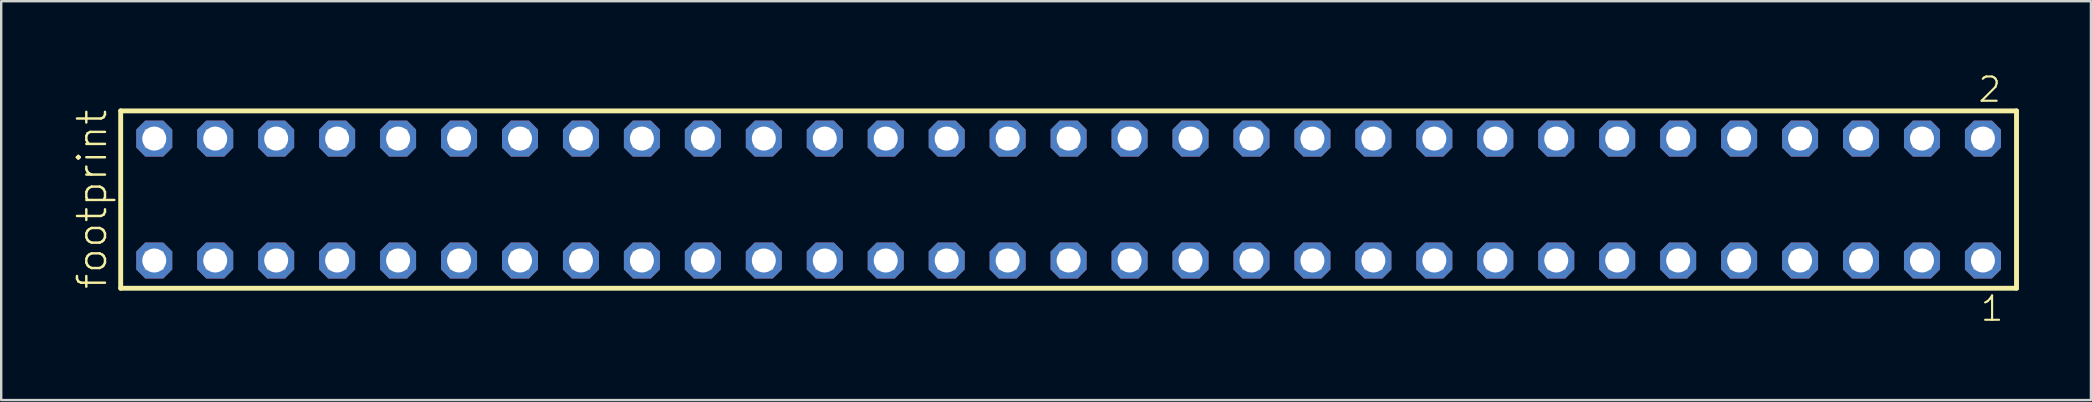
<source format=kicad_pcb>
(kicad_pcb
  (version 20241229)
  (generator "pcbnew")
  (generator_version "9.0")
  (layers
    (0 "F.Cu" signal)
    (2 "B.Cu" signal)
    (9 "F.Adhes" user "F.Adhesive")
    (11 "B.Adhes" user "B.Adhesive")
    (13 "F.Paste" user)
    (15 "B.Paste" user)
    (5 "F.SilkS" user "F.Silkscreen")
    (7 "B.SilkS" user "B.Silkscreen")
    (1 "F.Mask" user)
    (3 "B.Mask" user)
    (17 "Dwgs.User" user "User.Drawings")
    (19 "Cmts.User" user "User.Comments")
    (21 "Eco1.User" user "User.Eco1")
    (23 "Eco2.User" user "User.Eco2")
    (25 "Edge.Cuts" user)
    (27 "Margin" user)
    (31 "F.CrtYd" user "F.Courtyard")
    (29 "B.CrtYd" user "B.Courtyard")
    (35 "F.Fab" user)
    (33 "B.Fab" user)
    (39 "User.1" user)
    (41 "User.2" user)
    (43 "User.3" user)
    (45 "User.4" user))
  (footprint "footprint"
    (layer "F.Cu")
    (at 41.478 5.265)
    (property "Reference" "footprint" (at -40.005 3.81 90) (layer "F.SilkS") (effects (font (size 1.168 1.168) (thickness 0.102)) (justify left bottom)))
    (fp_line (start -39.499 -3.695) (end 39.499 -3.695) (stroke (width 0.203) (type solid)) (layer "F.SilkS"))
    (fp_line (start -39.499 3.695) (end -39.499 -3.695) (stroke (width 0.203) (type solid)) (layer "F.SilkS"))
    (fp_line (start 39.499 -3.695) (end 39.499 3.695) (stroke (width 0.203) (type solid)) (layer "F.SilkS"))
    (fp_line (start 39.499 3.695) (end -39.499 3.695) (stroke (width 0.203) (type solid)) (layer "F.SilkS"))
    (fp_poly (pts (xy -38.45 -2.19) (xy -37.75 -2.19) (xy -37.75 -2.89) (xy -38.45 -2.89)) (stroke (width 0.1) (type solid)) (fill no) (layer "F.Fab"))
    (fp_poly (pts (xy -38.45 2.89) (xy -37.75 2.89) (xy -37.75 2.19) (xy -38.45 2.19)) (stroke (width 0.1) (type solid)) (fill no) (layer "F.Fab"))
    (fp_poly (pts (xy -35.91 -2.19) (xy -35.21 -2.19) (xy -35.21 -2.89) (xy -35.91 -2.89)) (stroke (width 0.1) (type solid)) (fill no) (layer "F.Fab"))
    (fp_poly (pts (xy -35.91 2.89) (xy -35.21 2.89) (xy -35.21 2.19) (xy -35.91 2.19)) (stroke (width 0.1) (type solid)) (fill no) (layer "F.Fab"))
    (fp_poly (pts (xy -33.37 -2.19) (xy -32.67 -2.19) (xy -32.67 -2.89) (xy -33.37 -2.89)) (stroke (width 0.1) (type solid)) (fill no) (layer "F.Fab"))
    (fp_poly (pts (xy -33.37 2.89) (xy -32.67 2.89) (xy -32.67 2.19) (xy -33.37 2.19)) (stroke (width 0.1) (type solid)) (fill no) (layer "F.Fab"))
    (fp_poly (pts (xy -30.83 -2.19) (xy -30.13 -2.19) (xy -30.13 -2.89) (xy -30.83 -2.89)) (stroke (width 0.1) (type solid)) (fill no) (layer "F.Fab"))
    (fp_poly (pts (xy -30.83 2.89) (xy -30.13 2.89) (xy -30.13 2.19) (xy -30.83 2.19)) (stroke (width 0.1) (type solid)) (fill no) (layer "F.Fab"))
    (fp_poly (pts (xy -28.29 -2.19) (xy -27.59 -2.19) (xy -27.59 -2.89) (xy -28.29 -2.89)) (stroke (width 0.1) (type solid)) (fill no) (layer "F.Fab"))
    (fp_poly (pts (xy -28.29 2.89) (xy -27.59 2.89) (xy -27.59 2.19) (xy -28.29 2.19)) (stroke (width 0.1) (type solid)) (fill no) (layer "F.Fab"))
    (fp_poly (pts (xy -25.75 -2.19) (xy -25.05 -2.19) (xy -25.05 -2.89) (xy -25.75 -2.89)) (stroke (width 0.1) (type solid)) (fill no) (layer "F.Fab"))
    (fp_poly (pts (xy -25.75 2.89) (xy -25.05 2.89) (xy -25.05 2.19) (xy -25.75 2.19)) (stroke (width 0.1) (type solid)) (fill no) (layer "F.Fab"))
    (fp_poly (pts (xy -23.21 -2.19) (xy -22.51 -2.19) (xy -22.51 -2.89) (xy -23.21 -2.89)) (stroke (width 0.1) (type solid)) (fill no) (layer "F.Fab"))
    (fp_poly (pts (xy -23.21 2.89) (xy -22.51 2.89) (xy -22.51 2.19) (xy -23.21 2.19)) (stroke (width 0.1) (type solid)) (fill no) (layer "F.Fab"))
    (fp_poly (pts (xy -20.67 -2.19) (xy -19.97 -2.19) (xy -19.97 -2.89) (xy -20.67 -2.89)) (stroke (width 0.1) (type solid)) (fill no) (layer "F.Fab"))
    (fp_poly (pts (xy -20.67 2.89) (xy -19.97 2.89) (xy -19.97 2.19) (xy -20.67 2.19)) (stroke (width 0.1) (type solid)) (fill no) (layer "F.Fab"))
    (fp_poly (pts (xy -18.13 -2.19) (xy -17.43 -2.19) (xy -17.43 -2.89) (xy -18.13 -2.89)) (stroke (width 0.1) (type solid)) (fill no) (layer "F.Fab"))
    (fp_poly (pts (xy -18.13 2.89) (xy -17.43 2.89) (xy -17.43 2.19) (xy -18.13 2.19)) (stroke (width 0.1) (type solid)) (fill no) (layer "F.Fab"))
    (fp_poly (pts (xy -15.59 -2.19) (xy -14.89 -2.19) (xy -14.89 -2.89) (xy -15.59 -2.89)) (stroke (width 0.1) (type solid)) (fill no) (layer "F.Fab"))
    (fp_poly (pts (xy -15.59 2.89) (xy -14.89 2.89) (xy -14.89 2.19) (xy -15.59 2.19)) (stroke (width 0.1) (type solid)) (fill no) (layer "F.Fab"))
    (fp_poly (pts (xy -13.05 -2.19) (xy -12.35 -2.19) (xy -12.35 -2.89) (xy -13.05 -2.89)) (stroke (width 0.1) (type solid)) (fill no) (layer "F.Fab"))
    (fp_poly (pts (xy -13.05 2.89) (xy -12.35 2.89) (xy -12.35 2.19) (xy -13.05 2.19)) (stroke (width 0.1) (type solid)) (fill no) (layer "F.Fab"))
    (fp_poly (pts (xy -10.51 -2.19) (xy -9.81 -2.19) (xy -9.81 -2.89) (xy -10.51 -2.89)) (stroke (width 0.1) (type solid)) (fill no) (layer "F.Fab"))
    (fp_poly (pts (xy -10.51 2.89) (xy -9.81 2.89) (xy -9.81 2.19) (xy -10.51 2.19)) (stroke (width 0.1) (type solid)) (fill no) (layer "F.Fab"))
    (fp_poly (pts (xy -7.97 -2.19) (xy -7.27 -2.19) (xy -7.27 -2.89) (xy -7.97 -2.89)) (stroke (width 0.1) (type solid)) (fill no) (layer "F.Fab"))
    (fp_poly (pts (xy -7.97 2.89) (xy -7.27 2.89) (xy -7.27 2.19) (xy -7.97 2.19)) (stroke (width 0.1) (type solid)) (fill no) (layer "F.Fab"))
    (fp_poly (pts (xy -5.43 -2.19) (xy -4.73 -2.19) (xy -4.73 -2.89) (xy -5.43 -2.89)) (stroke (width 0.1) (type solid)) (fill no) (layer "F.Fab"))
    (fp_poly (pts (xy -5.43 2.89) (xy -4.73 2.89) (xy -4.73 2.19) (xy -5.43 2.19)) (stroke (width 0.1) (type solid)) (fill no) (layer "F.Fab"))
    (fp_poly (pts (xy -2.89 -2.19) (xy -2.19 -2.19) (xy -2.19 -2.89) (xy -2.89 -2.89)) (stroke (width 0.1) (type solid)) (fill no) (layer "F.Fab"))
    (fp_poly (pts (xy -2.89 2.89) (xy -2.19 2.89) (xy -2.19 2.19) (xy -2.89 2.19)) (stroke (width 0.1) (type solid)) (fill no) (layer "F.Fab"))
    (fp_poly (pts (xy -0.35 -2.19) (xy 0.35 -2.19) (xy 0.35 -2.89) (xy -0.35 -2.89)) (stroke (width 0.1) (type solid)) (fill no) (layer "F.Fab"))
    (fp_poly (pts (xy -0.35 2.89) (xy 0.35 2.89) (xy 0.35 2.19) (xy -0.35 2.19)) (stroke (width 0.1) (type solid)) (fill no) (layer "F.Fab"))
    (fp_poly (pts (xy 2.19 -2.19) (xy 2.89 -2.19) (xy 2.89 -2.89) (xy 2.19 -2.89)) (stroke (width 0.1) (type solid)) (fill no) (layer "F.Fab"))
    (fp_poly (pts (xy 2.19 2.89) (xy 2.89 2.89) (xy 2.89 2.19) (xy 2.19 2.19)) (stroke (width 0.1) (type solid)) (fill no) (layer "F.Fab"))
    (fp_poly (pts (xy 4.73 -2.19) (xy 5.43 -2.19) (xy 5.43 -2.89) (xy 4.73 -2.89)) (stroke (width 0.1) (type solid)) (fill no) (layer "F.Fab"))
    (fp_poly (pts (xy 4.73 2.89) (xy 5.43 2.89) (xy 5.43 2.19) (xy 4.73 2.19)) (stroke (width 0.1) (type solid)) (fill no) (layer "F.Fab"))
    (fp_poly (pts (xy 7.27 -2.19) (xy 7.97 -2.19) (xy 7.97 -2.89) (xy 7.27 -2.89)) (stroke (width 0.1) (type solid)) (fill no) (layer "F.Fab"))
    (fp_poly (pts (xy 7.27 2.89) (xy 7.97 2.89) (xy 7.97 2.19) (xy 7.27 2.19)) (stroke (width 0.1) (type solid)) (fill no) (layer "F.Fab"))
    (fp_poly (pts (xy 9.81 -2.19) (xy 10.51 -2.19) (xy 10.51 -2.89) (xy 9.81 -2.89)) (stroke (width 0.1) (type solid)) (fill no) (layer "F.Fab"))
    (fp_poly (pts (xy 9.81 2.89) (xy 10.51 2.89) (xy 10.51 2.19) (xy 9.81 2.19)) (stroke (width 0.1) (type solid)) (fill no) (layer "F.Fab"))
    (fp_poly (pts (xy 12.35 -2.19) (xy 13.05 -2.19) (xy 13.05 -2.89) (xy 12.35 -2.89)) (stroke (width 0.1) (type solid)) (fill no) (layer "F.Fab"))
    (fp_poly (pts (xy 12.35 2.89) (xy 13.05 2.89) (xy 13.05 2.19) (xy 12.35 2.19)) (stroke (width 0.1) (type solid)) (fill no) (layer "F.Fab"))
    (fp_poly (pts (xy 14.89 -2.19) (xy 15.59 -2.19) (xy 15.59 -2.89) (xy 14.89 -2.89)) (stroke (width 0.1) (type solid)) (fill no) (layer "F.Fab"))
    (fp_poly (pts (xy 14.89 2.89) (xy 15.59 2.89) (xy 15.59 2.19) (xy 14.89 2.19)) (stroke (width 0.1) (type solid)) (fill no) (layer "F.Fab"))
    (fp_poly (pts (xy 17.43 -2.19) (xy 18.13 -2.19) (xy 18.13 -2.89) (xy 17.43 -2.89)) (stroke (width 0.1) (type solid)) (fill no) (layer "F.Fab"))
    (fp_poly (pts (xy 17.43 2.89) (xy 18.13 2.89) (xy 18.13 2.19) (xy 17.43 2.19)) (stroke (width 0.1) (type solid)) (fill no) (layer "F.Fab"))
    (fp_poly (pts (xy 19.97 -2.19) (xy 20.67 -2.19) (xy 20.67 -2.89) (xy 19.97 -2.89)) (stroke (width 0.1) (type solid)) (fill no) (layer "F.Fab"))
    (fp_poly (pts (xy 19.97 2.89) (xy 20.67 2.89) (xy 20.67 2.19) (xy 19.97 2.19)) (stroke (width 0.1) (type solid)) (fill no) (layer "F.Fab"))
    (fp_poly (pts (xy 22.51 -2.19) (xy 23.21 -2.19) (xy 23.21 -2.89) (xy 22.51 -2.89)) (stroke (width 0.1) (type solid)) (fill no) (layer "F.Fab"))
    (fp_poly (pts (xy 22.51 2.89) (xy 23.21 2.89) (xy 23.21 2.19) (xy 22.51 2.19)) (stroke (width 0.1) (type solid)) (fill no) (layer "F.Fab"))
    (fp_poly (pts (xy 25.05 -2.19) (xy 25.75 -2.19) (xy 25.75 -2.89) (xy 25.05 -2.89)) (stroke (width 0.1) (type solid)) (fill no) (layer "F.Fab"))
    (fp_poly (pts (xy 25.05 2.89) (xy 25.75 2.89) (xy 25.75 2.19) (xy 25.05 2.19)) (stroke (width 0.1) (type solid)) (fill no) (layer "F.Fab"))
    (fp_poly (pts (xy 27.59 -2.19) (xy 28.29 -2.19) (xy 28.29 -2.89) (xy 27.59 -2.89)) (stroke (width 0.1) (type solid)) (fill no) (layer "F.Fab"))
    (fp_poly (pts (xy 27.59 2.89) (xy 28.29 2.89) (xy 28.29 2.19) (xy 27.59 2.19)) (stroke (width 0.1) (type solid)) (fill no) (layer "F.Fab"))
    (fp_poly (pts (xy 30.13 -2.19) (xy 30.83 -2.19) (xy 30.83 -2.89) (xy 30.13 -2.89)) (stroke (width 0.1) (type solid)) (fill no) (layer "F.Fab"))
    (fp_poly (pts (xy 30.13 2.89) (xy 30.83 2.89) (xy 30.83 2.19) (xy 30.13 2.19)) (stroke (width 0.1) (type solid)) (fill no) (layer "F.Fab"))
    (fp_poly (pts (xy 32.67 -2.19) (xy 33.37 -2.19) (xy 33.37 -2.89) (xy 32.67 -2.89)) (stroke (width 0.1) (type solid)) (fill no) (layer "F.Fab"))
    (fp_poly (pts (xy 32.67 2.89) (xy 33.37 2.89) (xy 33.37 2.19) (xy 32.67 2.19)) (stroke (width 0.1) (type solid)) (fill no) (layer "F.Fab"))
    (fp_poly (pts (xy 35.21 -2.19) (xy 35.91 -2.19) (xy 35.91 -2.89) (xy 35.21 -2.89)) (stroke (width 0.1) (type solid)) (fill no) (layer "F.Fab"))
    (fp_poly (pts (xy 35.21 2.89) (xy 35.91 2.89) (xy 35.91 2.19) (xy 35.21 2.19)) (stroke (width 0.1) (type solid)) (fill no) (layer "F.Fab"))
    (fp_poly (pts (xy 37.75 -2.19) (xy 38.45 -2.19) (xy 38.45 -2.89) (xy 37.75 -2.89)) (stroke (width 0.1) (type solid)) (fill no) (layer "F.Fab"))
    (fp_poly (pts (xy 37.75 2.89) (xy 38.45 2.89) (xy 38.45 2.19) (xy 37.75 2.19)) (stroke (width 0.1) (type solid)) (fill no) (layer "F.Fab"))
    (fp_text user "2" (at 37.842 -3.989 0) (layer "F.SilkS") (effects (font (size 1.012 1.012) (thickness 0.088)) (justify left bottom)))
    (fp_text user "1" (at 37.942 5.138 0) (layer "F.SilkS") (effects (font (size 1.012 1.012) (thickness 0.088)) (justify left bottom)))
    (pad "1" thru_hole roundrect (at 38.1 2.54 180) (size 1.5 1.5) (drill 1) (layers "*.Cu" "*.Mask") (roundrect_rratio 0.25) (chamfer_ratio 0.25) (chamfer top_left top_right bottom_left bottom_right))
    (pad "2" thru_hole roundrect (at 38.1 -2.54 180) (size 1.5 1.5) (drill 1) (layers "*.Cu" "*.Mask") (roundrect_rratio 0.25) (chamfer_ratio 0.25) (chamfer top_left top_right bottom_left bottom_right))
    (pad "3" thru_hole roundrect (at 35.56 2.54 180) (size 1.5 1.5) (drill 1) (layers "*.Cu" "*.Mask") (roundrect_rratio 0.25) (chamfer_ratio 0.25) (chamfer top_left top_right bottom_left bottom_right))
    (pad "4" thru_hole roundrect (at 35.56 -2.54 180) (size 1.5 1.5) (drill 1) (layers "*.Cu" "*.Mask") (roundrect_rratio 0.25) (chamfer_ratio 0.25) (chamfer top_left top_right bottom_left bottom_right))
    (pad "5" thru_hole roundrect (at 33.02 2.54 180) (size 1.5 1.5) (drill 1) (layers "*.Cu" "*.Mask") (roundrect_rratio 0.25) (chamfer_ratio 0.25) (chamfer top_left top_right bottom_left bottom_right))
    (pad "6" thru_hole roundrect (at 33.02 -2.54 180) (size 1.5 1.5) (drill 1) (layers "*.Cu" "*.Mask") (roundrect_rratio 0.25) (chamfer_ratio 0.25) (chamfer top_left top_right bottom_left bottom_right))
    (pad "7" thru_hole roundrect (at 30.48 2.54 180) (size 1.5 1.5) (drill 1) (layers "*.Cu" "*.Mask") (roundrect_rratio 0.25) (chamfer_ratio 0.25) (chamfer top_left top_right bottom_left bottom_right))
    (pad "8" thru_hole roundrect (at 30.48 -2.54 180) (size 1.5 1.5) (drill 1) (layers "*.Cu" "*.Mask") (roundrect_rratio 0.25) (chamfer_ratio 0.25) (chamfer top_left top_right bottom_left bottom_right))
    (pad "9" thru_hole roundrect (at 27.94 2.54 180) (size 1.5 1.5) (drill 1) (layers "*.Cu" "*.Mask") (roundrect_rratio 0.25) (chamfer_ratio 0.25) (chamfer top_left top_right bottom_left bottom_right))
    (pad "10" thru_hole roundrect (at 27.94 -2.54 180) (size 1.5 1.5) (drill 1) (layers "*.Cu" "*.Mask") (roundrect_rratio 0.25) (chamfer_ratio 0.25) (chamfer top_left top_right bottom_left bottom_right))
    (pad "11" thru_hole roundrect (at 25.4 2.54 180) (size 1.5 1.5) (drill 1) (layers "*.Cu" "*.Mask") (roundrect_rratio 0.25) (chamfer_ratio 0.25) (chamfer top_left top_right bottom_left bottom_right))
    (pad "12" thru_hole roundrect (at 25.4 -2.54 180) (size 1.5 1.5) (drill 1) (layers "*.Cu" "*.Mask") (roundrect_rratio 0.25) (chamfer_ratio 0.25) (chamfer top_left top_right bottom_left bottom_right))
    (pad "13" thru_hole roundrect (at 22.86 2.54 180) (size 1.5 1.5) (drill 1) (layers "*.Cu" "*.Mask") (roundrect_rratio 0.25) (chamfer_ratio 0.25) (chamfer top_left top_right bottom_left bottom_right))
    (pad "14" thru_hole roundrect (at 22.86 -2.54 180) (size 1.5 1.5) (drill 1) (layers "*.Cu" "*.Mask") (roundrect_rratio 0.25) (chamfer_ratio 0.25) (chamfer top_left top_right bottom_left bottom_right))
    (pad "15" thru_hole roundrect (at 20.32 2.54 180) (size 1.5 1.5) (drill 1) (layers "*.Cu" "*.Mask") (roundrect_rratio 0.25) (chamfer_ratio 0.25) (chamfer top_left top_right bottom_left bottom_right))
    (pad "16" thru_hole roundrect (at 20.32 -2.54 180) (size 1.5 1.5) (drill 1) (layers "*.Cu" "*.Mask") (roundrect_rratio 0.25) (chamfer_ratio 0.25) (chamfer top_left top_right bottom_left bottom_right))
    (pad "17" thru_hole roundrect (at 17.78 2.54 180) (size 1.5 1.5) (drill 1) (layers "*.Cu" "*.Mask") (roundrect_rratio 0.25) (chamfer_ratio 0.25) (chamfer top_left top_right bottom_left bottom_right))
    (pad "18" thru_hole roundrect (at 17.78 -2.54 180) (size 1.5 1.5) (drill 1) (layers "*.Cu" "*.Mask") (roundrect_rratio 0.25) (chamfer_ratio 0.25) (chamfer top_left top_right bottom_left bottom_right))
    (pad "19" thru_hole roundrect (at 15.24 2.54 180) (size 1.5 1.5) (drill 1) (layers "*.Cu" "*.Mask") (roundrect_rratio 0.25) (chamfer_ratio 0.25) (chamfer top_left top_right bottom_left bottom_right))
    (pad "20" thru_hole roundrect (at 15.24 -2.54 180) (size 1.5 1.5) (drill 1) (layers "*.Cu" "*.Mask") (roundrect_rratio 0.25) (chamfer_ratio 0.25) (chamfer top_left top_right bottom_left bottom_right))
    (pad "21" thru_hole roundrect (at 12.7 2.54 180) (size 1.5 1.5) (drill 1) (layers "*.Cu" "*.Mask") (roundrect_rratio 0.25) (chamfer_ratio 0.25) (chamfer top_left top_right bottom_left bottom_right))
    (pad "22" thru_hole roundrect (at 12.7 -2.54 180) (size 1.5 1.5) (drill 1) (layers "*.Cu" "*.Mask") (roundrect_rratio 0.25) (chamfer_ratio 0.25) (chamfer top_left top_right bottom_left bottom_right))
    (pad "23" thru_hole roundrect (at 10.16 2.54 180) (size 1.5 1.5) (drill 1) (layers "*.Cu" "*.Mask") (roundrect_rratio 0.25) (chamfer_ratio 0.25) (chamfer top_left top_right bottom_left bottom_right))
    (pad "24" thru_hole roundrect (at 10.16 -2.54 180) (size 1.5 1.5) (drill 1) (layers "*.Cu" "*.Mask") (roundrect_rratio 0.25) (chamfer_ratio 0.25) (chamfer top_left top_right bottom_left bottom_right))
    (pad "25" thru_hole roundrect (at 7.62 2.54 180) (size 1.5 1.5) (drill 1) (layers "*.Cu" "*.Mask") (roundrect_rratio 0.25) (chamfer_ratio 0.25) (chamfer top_left top_right bottom_left bottom_right))
    (pad "26" thru_hole roundrect (at 7.62 -2.54 180) (size 1.5 1.5) (drill 1) (layers "*.Cu" "*.Mask") (roundrect_rratio 0.25) (chamfer_ratio 0.25) (chamfer top_left top_right bottom_left bottom_right))
    (pad "27" thru_hole roundrect (at 5.08 2.54 180) (size 1.5 1.5) (drill 1) (layers "*.Cu" "*.Mask") (roundrect_rratio 0.25) (chamfer_ratio 0.25) (chamfer top_left top_right bottom_left bottom_right))
    (pad "28" thru_hole roundrect (at 5.08 -2.54 180) (size 1.5 1.5) (drill 1) (layers "*.Cu" "*.Mask") (roundrect_rratio 0.25) (chamfer_ratio 0.25) (chamfer top_left top_right bottom_left bottom_right))
    (pad "29" thru_hole roundrect (at 2.54 2.54 180) (size 1.5 1.5) (drill 1) (layers "*.Cu" "*.Mask") (roundrect_rratio 0.25) (chamfer_ratio 0.25) (chamfer top_left top_right bottom_left bottom_right))
    (pad "30" thru_hole roundrect (at 2.54 -2.54 180) (size 1.5 1.5) (drill 1) (layers "*.Cu" "*.Mask") (roundrect_rratio 0.25) (chamfer_ratio 0.25) (chamfer top_left top_right bottom_left bottom_right))
    (pad "31" thru_hole roundrect (at 0 2.54 180) (size 1.5 1.5) (drill 1) (layers "*.Cu" "*.Mask") (roundrect_rratio 0.25) (chamfer_ratio 0.25) (chamfer top_left top_right bottom_left bottom_right))
    (pad "32" thru_hole roundrect (at 0 -2.54 180) (size 1.5 1.5) (drill 1) (layers "*.Cu" "*.Mask") (roundrect_rratio 0.25) (chamfer_ratio 0.25) (chamfer top_left top_right bottom_left bottom_right))
    (pad "33" thru_hole roundrect (at -2.54 2.54 180) (size 1.5 1.5) (drill 1) (layers "*.Cu" "*.Mask") (roundrect_rratio 0.25) (chamfer_ratio 0.25) (chamfer top_left top_right bottom_left bottom_right))
    (pad "34" thru_hole roundrect (at -2.54 -2.54 180) (size 1.5 1.5) (drill 1) (layers "*.Cu" "*.Mask") (roundrect_rratio 0.25) (chamfer_ratio 0.25) (chamfer top_left top_right bottom_left bottom_right))
    (pad "35" thru_hole roundrect (at -5.08 2.54 180) (size 1.5 1.5) (drill 1) (layers "*.Cu" "*.Mask") (roundrect_rratio 0.25) (chamfer_ratio 0.25) (chamfer top_left top_right bottom_left bottom_right))
    (pad "36" thru_hole roundrect (at -5.08 -2.54 180) (size 1.5 1.5) (drill 1) (layers "*.Cu" "*.Mask") (roundrect_rratio 0.25) (chamfer_ratio 0.25) (chamfer top_left top_right bottom_left bottom_right))
    (pad "37" thru_hole roundrect (at -7.62 2.54 180) (size 1.5 1.5) (drill 1) (layers "*.Cu" "*.Mask") (roundrect_rratio 0.25) (chamfer_ratio 0.25) (chamfer top_left top_right bottom_left bottom_right))
    (pad "38" thru_hole roundrect (at -7.62 -2.54 180) (size 1.5 1.5) (drill 1) (layers "*.Cu" "*.Mask") (roundrect_rratio 0.25) (chamfer_ratio 0.25) (chamfer top_left top_right bottom_left bottom_right))
    (pad "39" thru_hole roundrect (at -10.16 2.54 180) (size 1.5 1.5) (drill 1) (layers "*.Cu" "*.Mask") (roundrect_rratio 0.25) (chamfer_ratio 0.25) (chamfer top_left top_right bottom_left bottom_right))
    (pad "40" thru_hole roundrect (at -10.16 -2.54 180) (size 1.5 1.5) (drill 1) (layers "*.Cu" "*.Mask") (roundrect_rratio 0.25) (chamfer_ratio 0.25) (chamfer top_left top_right bottom_left bottom_right))
    (pad "41" thru_hole roundrect (at -12.7 2.54 180) (size 1.5 1.5) (drill 1) (layers "*.Cu" "*.Mask") (roundrect_rratio 0.25) (chamfer_ratio 0.25) (chamfer top_left top_right bottom_left bottom_right))
    (pad "42" thru_hole roundrect (at -12.7 -2.54 180) (size 1.5 1.5) (drill 1) (layers "*.Cu" "*.Mask") (roundrect_rratio 0.25) (chamfer_ratio 0.25) (chamfer top_left top_right bottom_left bottom_right))
    (pad "43" thru_hole roundrect (at -15.24 2.54 180) (size 1.5 1.5) (drill 1) (layers "*.Cu" "*.Mask") (roundrect_rratio 0.25) (chamfer_ratio 0.25) (chamfer top_left top_right bottom_left bottom_right))
    (pad "44" thru_hole roundrect (at -15.24 -2.54 180) (size 1.5 1.5) (drill 1) (layers "*.Cu" "*.Mask") (roundrect_rratio 0.25) (chamfer_ratio 0.25) (chamfer top_left top_right bottom_left bottom_right))
    (pad "45" thru_hole roundrect (at -17.78 2.54 180) (size 1.5 1.5) (drill 1) (layers "*.Cu" "*.Mask") (roundrect_rratio 0.25) (chamfer_ratio 0.25) (chamfer top_left top_right bottom_left bottom_right))
    (pad "46" thru_hole roundrect (at -17.78 -2.54 180) (size 1.5 1.5) (drill 1) (layers "*.Cu" "*.Mask") (roundrect_rratio 0.25) (chamfer_ratio 0.25) (chamfer top_left top_right bottom_left bottom_right))
    (pad "47" thru_hole roundrect (at -20.32 2.54 180) (size 1.5 1.5) (drill 1) (layers "*.Cu" "*.Mask") (roundrect_rratio 0.25) (chamfer_ratio 0.25) (chamfer top_left top_right bottom_left bottom_right))
    (pad "48" thru_hole roundrect (at -20.32 -2.54 180) (size 1.5 1.5) (drill 1) (layers "*.Cu" "*.Mask") (roundrect_rratio 0.25) (chamfer_ratio 0.25) (chamfer top_left top_right bottom_left bottom_right))
    (pad "49" thru_hole roundrect (at -22.86 2.54 180) (size 1.5 1.5) (drill 1) (layers "*.Cu" "*.Mask") (roundrect_rratio 0.25) (chamfer_ratio 0.25) (chamfer top_left top_right bottom_left bottom_right))
    (pad "50" thru_hole roundrect (at -22.86 -2.54 180) (size 1.5 1.5) (drill 1) (layers "*.Cu" "*.Mask") (roundrect_rratio 0.25) (chamfer_ratio 0.25) (chamfer top_left top_right bottom_left bottom_right))
    (pad "51" thru_hole roundrect (at -25.4 2.54 180) (size 1.5 1.5) (drill 1) (layers "*.Cu" "*.Mask") (roundrect_rratio 0.25) (chamfer_ratio 0.25) (chamfer top_left top_right bottom_left bottom_right))
    (pad "52" thru_hole roundrect (at -25.4 -2.54 180) (size 1.5 1.5) (drill 1) (layers "*.Cu" "*.Mask") (roundrect_rratio 0.25) (chamfer_ratio 0.25) (chamfer top_left top_right bottom_left bottom_right))
    (pad "53" thru_hole roundrect (at -27.94 2.54 180) (size 1.5 1.5) (drill 1) (layers "*.Cu" "*.Mask") (roundrect_rratio 0.25) (chamfer_ratio 0.25) (chamfer top_left top_right bottom_left bottom_right))
    (pad "54" thru_hole roundrect (at -27.94 -2.54 180) (size 1.5 1.5) (drill 1) (layers "*.Cu" "*.Mask") (roundrect_rratio 0.25) (chamfer_ratio 0.25) (chamfer top_left top_right bottom_left bottom_right))
    (pad "55" thru_hole roundrect (at -30.48 2.54 180) (size 1.5 1.5) (drill 1) (layers "*.Cu" "*.Mask") (roundrect_rratio 0.25) (chamfer_ratio 0.25) (chamfer top_left top_right bottom_left bottom_right))
    (pad "56" thru_hole roundrect (at -30.48 -2.54 180) (size 1.5 1.5) (drill 1) (layers "*.Cu" "*.Mask") (roundrect_rratio 0.25) (chamfer_ratio 0.25) (chamfer top_left top_right bottom_left bottom_right))
    (pad "57" thru_hole roundrect (at -33.02 2.54 180) (size 1.5 1.5) (drill 1) (layers "*.Cu" "*.Mask") (roundrect_rratio 0.25) (chamfer_ratio 0.25) (chamfer top_left top_right bottom_left bottom_right))
    (pad "58" thru_hole roundrect (at -33.02 -2.54 180) (size 1.5 1.5) (drill 1) (layers "*.Cu" "*.Mask") (roundrect_rratio 0.25) (chamfer_ratio 0.25) (chamfer top_left top_right bottom_left bottom_right))
    (pad "59" thru_hole roundrect (at -35.56 2.54 180) (size 1.5 1.5) (drill 1) (layers "*.Cu" "*.Mask") (roundrect_rratio 0.25) (chamfer_ratio 0.25) (chamfer top_left top_right bottom_left bottom_right))
    (pad "60" thru_hole roundrect (at -35.56 -2.54 180) (size 1.5 1.5) (drill 1) (layers "*.Cu" "*.Mask") (roundrect_rratio 0.25) (chamfer_ratio 0.25) (chamfer top_left top_right bottom_left bottom_right))
    (pad "61" thru_hole roundrect (at -38.1 2.54 180) (size 1.5 1.5) (drill 1) (layers "*.Cu" "*.Mask") (roundrect_rratio 0.25) (chamfer_ratio 0.25) (chamfer top_left top_right bottom_left bottom_right))
    (pad "62" thru_hole roundrect (at -38.1 -2.54 180) (size 1.5 1.5) (drill 1) (layers "*.Cu" "*.Mask") (roundrect_rratio 0.25) (chamfer_ratio 0.25) (chamfer top_left top_right bottom_left bottom_right)))
  (gr_rect
    (start -3 -3)
    (end 84.079 13.62)
    (stroke (width 0.1) (type default))
    (fill no)
    (layer "Edge.Cuts")))
</source>
